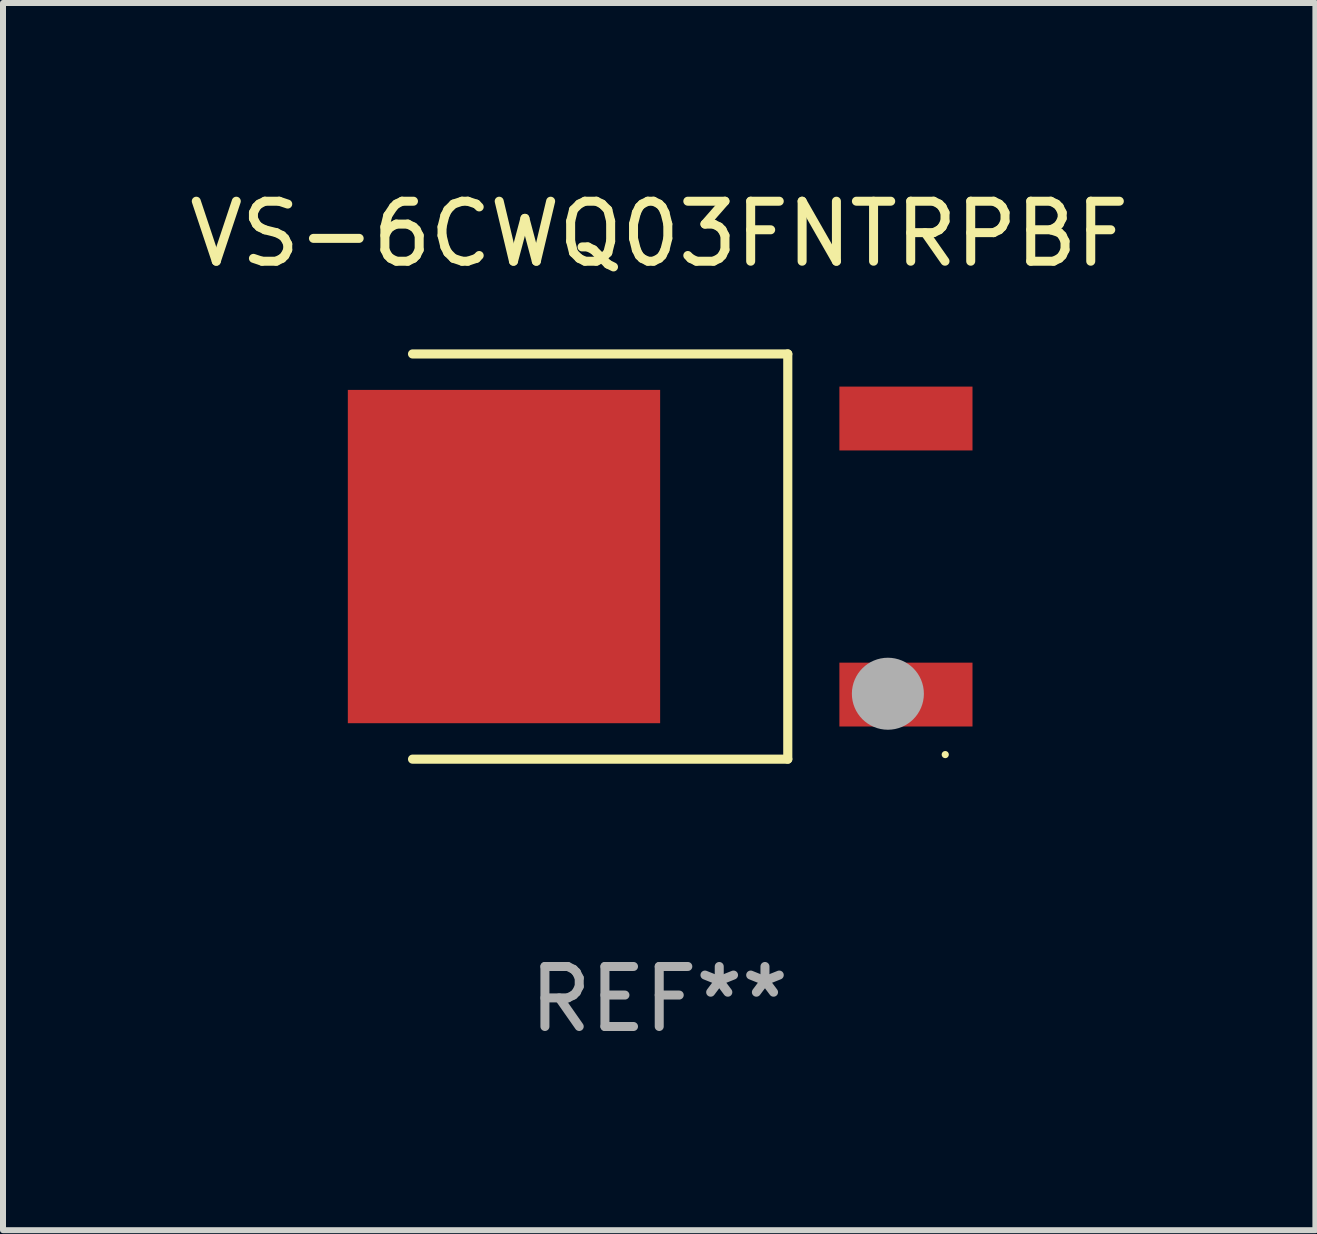
<source format=kicad_pcb>
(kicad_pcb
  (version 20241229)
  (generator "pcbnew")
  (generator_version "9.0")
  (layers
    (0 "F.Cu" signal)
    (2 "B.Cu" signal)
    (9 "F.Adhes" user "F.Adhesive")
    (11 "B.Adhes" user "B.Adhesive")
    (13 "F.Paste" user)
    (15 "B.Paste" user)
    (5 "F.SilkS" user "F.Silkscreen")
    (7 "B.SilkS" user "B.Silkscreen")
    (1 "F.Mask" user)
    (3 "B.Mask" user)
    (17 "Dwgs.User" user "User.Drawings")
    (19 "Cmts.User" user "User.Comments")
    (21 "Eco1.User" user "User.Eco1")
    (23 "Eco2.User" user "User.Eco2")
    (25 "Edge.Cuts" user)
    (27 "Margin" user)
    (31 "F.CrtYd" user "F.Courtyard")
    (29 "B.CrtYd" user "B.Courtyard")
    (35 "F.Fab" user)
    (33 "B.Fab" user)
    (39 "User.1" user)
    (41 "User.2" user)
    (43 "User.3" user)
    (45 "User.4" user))
  (footprint "VS-6CWQ03FNTRPBF"
    (layer "F.Cu")
    (at 7.935 6.224)
    (property "Reference" "VS-6CWQ03FNTRPBF" (at 0 -5.376 0) (layer "F.SilkS") (effects (font (size 1 1) (thickness 0.15))))
    (attr through_hole)
    (fp_line (start -4.111 -3.376) (end 2.142 -3.376) (stroke (width 0.152) (type solid)) (layer "F.SilkS"))
    (fp_line (start -4.111 3.376) (end 2.142 3.376) (stroke (width 0.152) (type solid)) (layer "F.SilkS"))
    (fp_line (start 2.142 3.376) (end 2.142 -3.376) (stroke (width 0.152) (type solid)) (layer "F.SilkS"))
    (fp_circle (center 4.766 3.3) (end 4.796 3.3) (stroke (width 0.06) (type solid)) (fill no) (layer "F.SilkS"))
    (fp_circle (center 3.81 2.286) (end 4.11 2.286) (stroke (width 0.6) (type solid)) (fill no) (layer "F.Fab"))
    (fp_text user "REF**" (at 0 7.376 0) (layer "F.Fab") (effects (font (size 1 1) (thickness 0.15))))
    (pad "1" smd rect (at 4.111 2.3) (size 2.218 1.064) (layers "F.Cu" "F.Mask" "F.Paste"))
    (pad "2" smd rect (at -2.587 0) (size 5.204 5.554) (layers "F.Cu" "F.Mask" "F.Paste"))
    (pad "3" smd rect (at 4.111 -2.3) (size 2.218 1.064) (layers "F.Cu" "F.Mask" "F.Paste")))
  (gr_rect
    (start -3 -3)
    (end 18.869 17.449)
    (stroke (width 0.1) (type default))
    (fill no)
    (layer "Edge.Cuts")))
</source>
